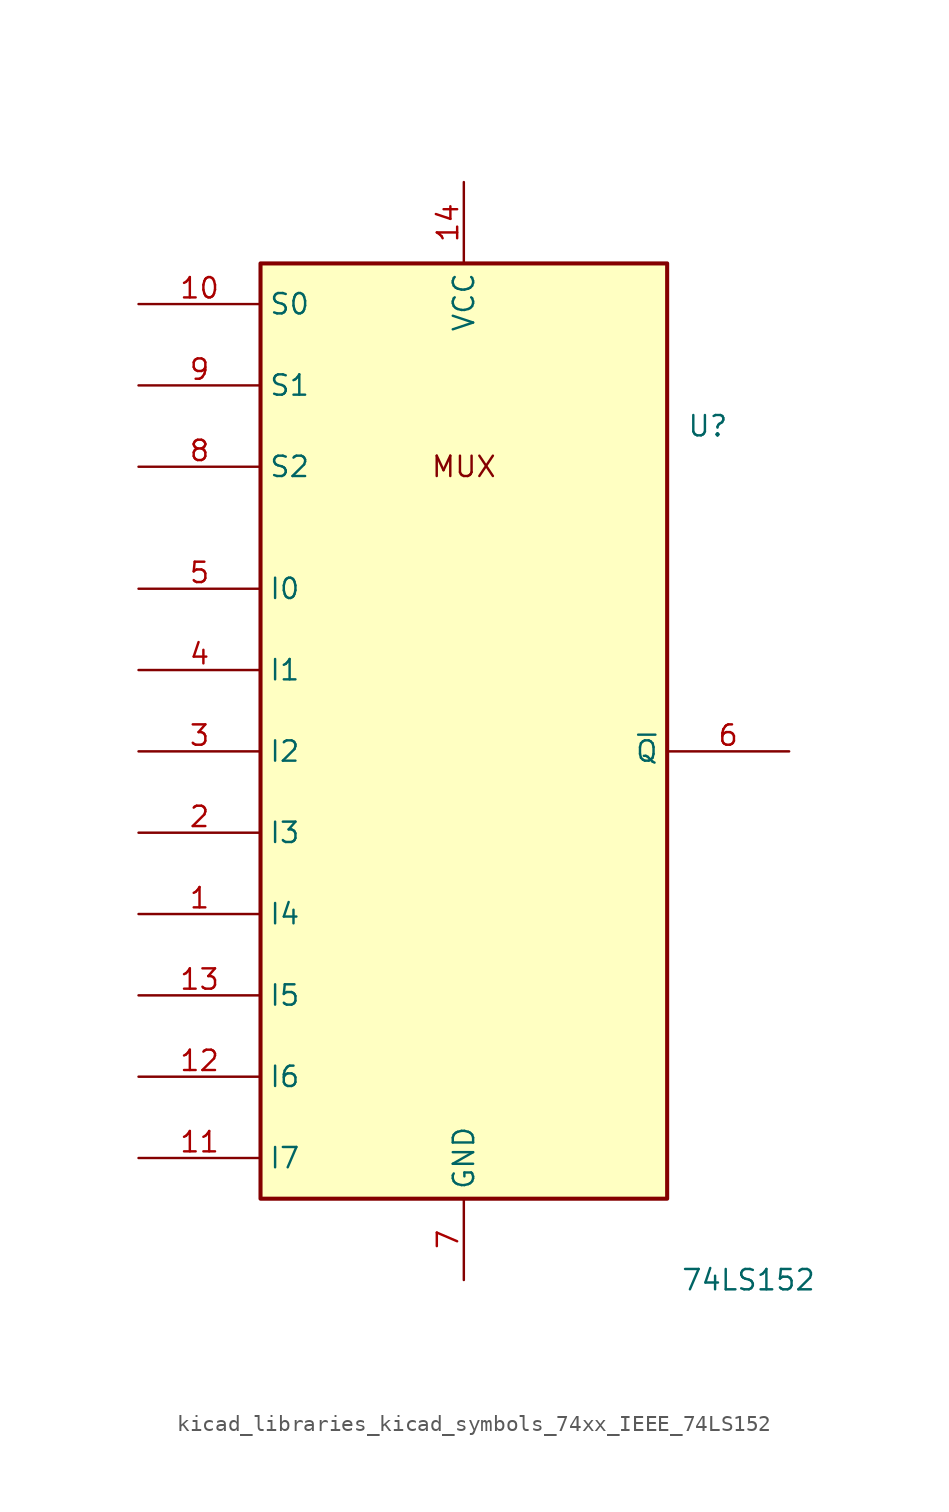
<source format=kicad_sym>
(kicad_symbol_lib
  (version 20220914)
  (generator kicad_symbol_editor)
  (symbol "kicad_libraries_kicad_symbols_74xx_IEEE_74LS152"
    (property "Reference" "U"
      (at 15.24 22.86 0)
      (effects (font (size 1.27 1.27))))
    (property "Value" "74LS152"
      (at 17.78 -30.48 0)
      (effects (font (size 1.27 1.27))))
    (symbol "kicad_libraries_kicad_symbols_74xx_IEEE_74LS152_0_0"
      (rectangle (start -12.7 33.02) (end 12.7 -25.4) (stroke (width 0.254) (type default)) (fill (type background)))
      (text "MUX" (at 0 20.32 0) (effects (font (size 1.27 1.27))))
      (pin power_in line (at 0 38.1 270) (length 5.08) (name "VCC" (effects (font (size 1.27 1.27)))) (number "14" (effects (font (size 1.27 1.27)))))
      (pin power_in line (at 0 -30.48 90) (length 5.08) (name "GND" (effects (font (size 1.27 1.27)))) (number "7" (effects (font (size 1.27 1.27))))))
    (symbol "kicad_libraries_kicad_symbols_74xx_IEEE_74LS152_1_1"
      (pin input line (at -20.32 -7.62 0) (length 7.62) (name "I4" (effects (font (size 1.27 1.27)))) (number "1" (effects (font (size 1.27 1.27)))))
      (pin input line (at -20.32 30.48 0) (length 7.62) (name "S0" (effects (font (size 1.27 1.27)))) (number "10" (effects (font (size 1.27 1.27)))))
      (pin input line (at -20.32 -22.86 0) (length 7.62) (name "I7" (effects (font (size 1.27 1.27)))) (number "11" (effects (font (size 1.27 1.27)))))
      (pin input line (at -20.32 -17.78 0) (length 7.62) (name "I6" (effects (font (size 1.27 1.27)))) (number "12" (effects (font (size 1.27 1.27)))))
      (pin input line (at -20.32 -12.7 0) (length 7.62) (name "I5" (effects (font (size 1.27 1.27)))) (number "13" (effects (font (size 1.27 1.27)))))
      (pin input line (at -20.32 -2.54 0) (length 7.62) (name "I3" (effects (font (size 1.27 1.27)))) (number "2" (effects (font (size 1.27 1.27)))))
      (pin input line (at -20.32 2.54 0) (length 7.62) (name "I2" (effects (font (size 1.27 1.27)))) (number "3" (effects (font (size 1.27 1.27)))))
      (pin input line (at -20.32 7.62 0) (length 7.62) (name "I1" (effects (font (size 1.27 1.27)))) (number "4" (effects (font (size 1.27 1.27)))))
      (pin input line (at -20.32 12.7 0) (length 7.62) (name "I0" (effects (font (size 1.27 1.27)))) (number "5" (effects (font (size 1.27 1.27)))))
      (pin output line (at 20.32 2.54 180) (length 7.62) (name "~{Q}" (effects (font (size 1.27 1.27)))) (number "6" (effects (font (size 1.27 1.27)))))
      (pin input line (at -20.32 20.32 0) (length 7.62) (name "S2" (effects (font (size 1.27 1.27)))) (number "8" (effects (font (size 1.27 1.27)))))
      (pin input line (at -20.32 25.4 0) (length 7.62) (name "S1" (effects (font (size 1.27 1.27)))) (number "9" (effects (font (size 1.27 1.27))))))))
</source>
